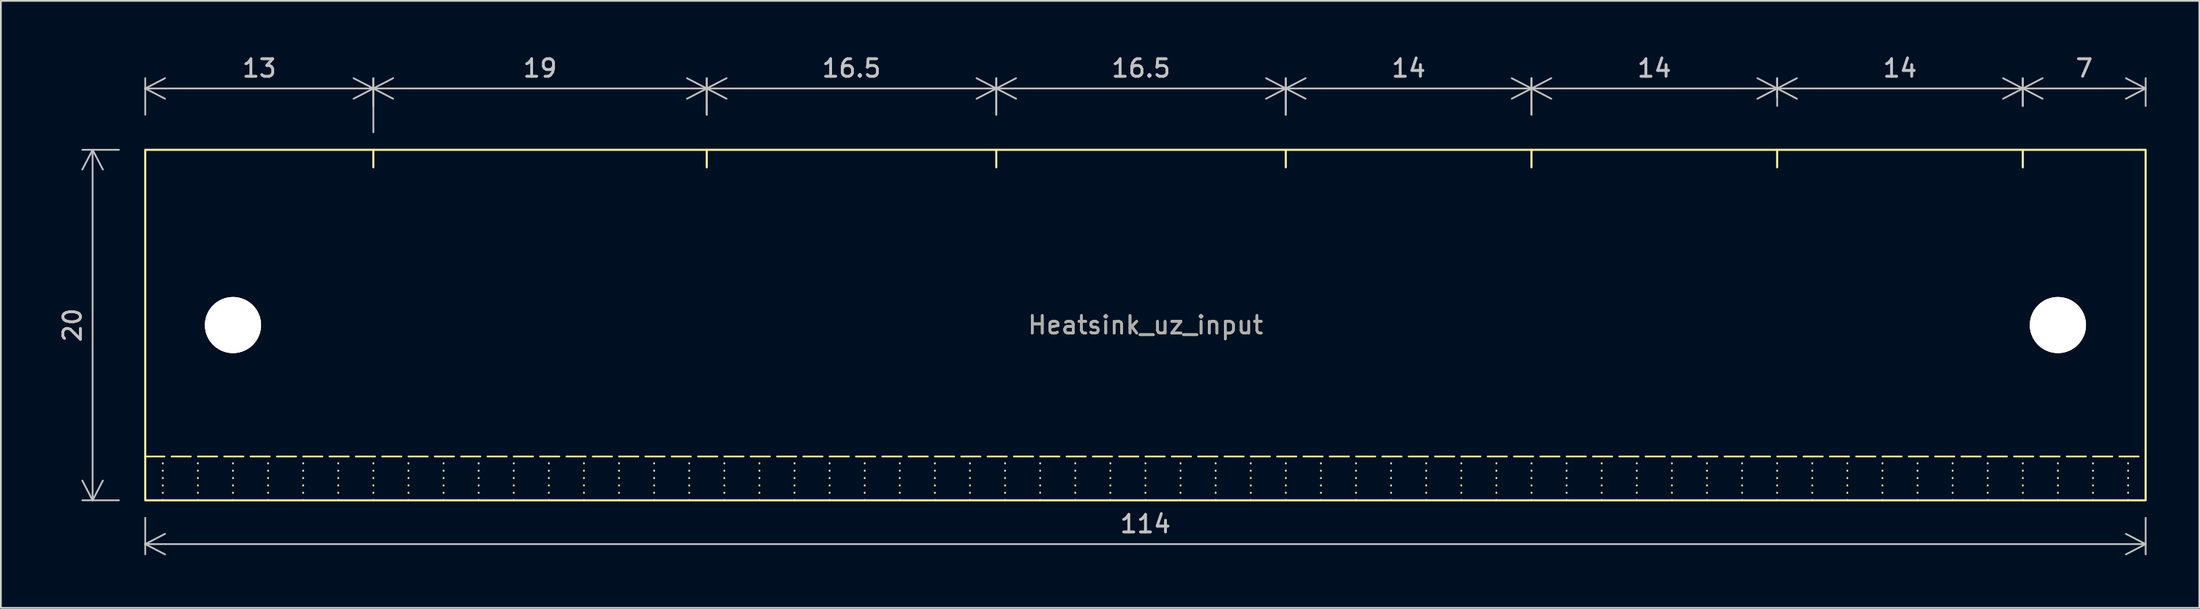
<source format=kicad_pcb>
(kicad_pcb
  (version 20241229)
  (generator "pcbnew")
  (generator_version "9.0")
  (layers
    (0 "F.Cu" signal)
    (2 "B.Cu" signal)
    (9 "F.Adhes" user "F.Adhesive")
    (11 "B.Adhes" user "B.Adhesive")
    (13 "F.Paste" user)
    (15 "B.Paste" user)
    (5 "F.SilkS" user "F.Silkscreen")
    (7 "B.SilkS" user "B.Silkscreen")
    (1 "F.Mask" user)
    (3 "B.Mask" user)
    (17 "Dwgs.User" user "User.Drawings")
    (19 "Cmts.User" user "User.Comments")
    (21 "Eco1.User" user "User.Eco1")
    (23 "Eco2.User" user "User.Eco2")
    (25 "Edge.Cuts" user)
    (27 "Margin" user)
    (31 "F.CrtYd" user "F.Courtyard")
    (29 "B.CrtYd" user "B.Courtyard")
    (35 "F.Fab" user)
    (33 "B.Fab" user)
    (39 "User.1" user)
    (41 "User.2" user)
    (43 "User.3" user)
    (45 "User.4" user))
  (footprint "Heatsink_uz_input"
    (layer "F.Cu")
    (at 62.227 15.498)
    (property "Reference" "Heatsink_uz_input" (at 0 0 0) (layer "F.SilkS") (effects (font (size 1 1) (thickness 0.15))))
    (attr through_hole)
    (fp_line (start -57 7.5) (end 57 7.5) (stroke (width 0.1) (type dash)) (layer "F.SilkS"))
    (fp_line (start -56 10) (end -56 7.5) (stroke (width 0.1) (type dot)) (layer "F.SilkS"))
    (fp_line (start -54 10) (end -54 7.5) (stroke (width 0.1) (type dot)) (layer "F.SilkS"))
    (fp_line (start -52 10) (end -52 7.5) (stroke (width 0.1) (type dot)) (layer "F.SilkS"))
    (fp_line (start -50 10) (end -50 7.5) (stroke (width 0.1) (type dot)) (layer "F.SilkS"))
    (fp_line (start -48 10) (end -48 7.5) (stroke (width 0.1) (type dot)) (layer "F.SilkS"))
    (fp_line (start -46 10) (end -46 7.5) (stroke (width 0.1) (type dot)) (layer "F.SilkS"))
    (fp_line (start -44 -10) (end -44 -9) (stroke (width 0.12) (type solid)) (layer "F.SilkS"))
    (fp_line (start -44 10) (end -44 7.5) (stroke (width 0.1) (type dot)) (layer "F.SilkS"))
    (fp_line (start -42 10) (end -42 7.5) (stroke (width 0.1) (type dot)) (layer "F.SilkS"))
    (fp_line (start -40 10) (end -40 7.5) (stroke (width 0.1) (type dot)) (layer "F.SilkS"))
    (fp_line (start -38 10) (end -38 7.5) (stroke (width 0.1) (type dot)) (layer "F.SilkS"))
    (fp_line (start -36 10) (end -36 7.5) (stroke (width 0.1) (type dot)) (layer "F.SilkS"))
    (fp_line (start -34 10) (end -34 7.5) (stroke (width 0.1) (type dot)) (layer "F.SilkS"))
    (fp_line (start -32 10) (end -32 7.5) (stroke (width 0.1) (type dot)) (layer "F.SilkS"))
    (fp_line (start -30 10) (end -30 7.5) (stroke (width 0.1) (type dot)) (layer "F.SilkS"))
    (fp_line (start -28 10) (end -28 7.5) (stroke (width 0.1) (type dot)) (layer "F.SilkS"))
    (fp_line (start -26 10) (end -26 7.5) (stroke (width 0.1) (type dot)) (layer "F.SilkS"))
    (fp_line (start -25 -10) (end -25 -9) (stroke (width 0.12) (type solid)) (layer "F.SilkS"))
    (fp_line (start -24 10) (end -24 7.5) (stroke (width 0.1) (type dot)) (layer "F.SilkS"))
    (fp_line (start -22 10) (end -22 7.5) (stroke (width 0.1) (type dot)) (layer "F.SilkS"))
    (fp_line (start -20 10) (end -20 7.5) (stroke (width 0.1) (type dot)) (layer "F.SilkS"))
    (fp_line (start -18 10) (end -18 7.5) (stroke (width 0.1) (type dot)) (layer "F.SilkS"))
    (fp_line (start -16 10) (end -16 7.5) (stroke (width 0.1) (type dot)) (layer "F.SilkS"))
    (fp_line (start -14 10) (end -14 7.5) (stroke (width 0.1) (type dot)) (layer "F.SilkS"))
    (fp_line (start -12 10) (end -12 7.5) (stroke (width 0.1) (type dot)) (layer "F.SilkS"))
    (fp_line (start -10 10) (end -10 7.5) (stroke (width 0.1) (type dot)) (layer "F.SilkS"))
    (fp_line (start -8.5 -10) (end -8.5 -9) (stroke (width 0.12) (type solid)) (layer "F.SilkS"))
    (fp_line (start -8 10) (end -8 7.5) (stroke (width 0.1) (type dot)) (layer "F.SilkS"))
    (fp_line (start -6 10) (end -6 7.5) (stroke (width 0.1) (type dot)) (layer "F.SilkS"))
    (fp_line (start -4 10) (end -4 7.5) (stroke (width 0.1) (type dot)) (layer "F.SilkS"))
    (fp_line (start -2 10) (end -2 7.5) (stroke (width 0.1) (type dot)) (layer "F.SilkS"))
    (fp_line (start 0 10) (end 0 7.5) (stroke (width 0.1) (type dot)) (layer "F.SilkS"))
    (fp_line (start 2 10) (end 2 7.5) (stroke (width 0.1) (type dot)) (layer "F.SilkS"))
    (fp_line (start 4 10) (end 4 7.5) (stroke (width 0.1) (type dot)) (layer "F.SilkS"))
    (fp_line (start 6 10) (end 6 7.5) (stroke (width 0.1) (type dot)) (layer "F.SilkS"))
    (fp_line (start 8 -10) (end 8 -9) (stroke (width 0.12) (type solid)) (layer "F.SilkS"))
    (fp_line (start 8 10) (end 8 7.5) (stroke (width 0.1) (type dot)) (layer "F.SilkS"))
    (fp_line (start 10 10) (end 10 7.5) (stroke (width 0.1) (type dot)) (layer "F.SilkS"))
    (fp_line (start 12 10) (end 12 7.5) (stroke (width 0.1) (type dot)) (layer "F.SilkS"))
    (fp_line (start 14 10) (end 14 7.5) (stroke (width 0.1) (type dot)) (layer "F.SilkS"))
    (fp_line (start 16 10) (end 16 7.5) (stroke (width 0.1) (type dot)) (layer "F.SilkS"))
    (fp_line (start 18 10) (end 18 7.5) (stroke (width 0.1) (type dot)) (layer "F.SilkS"))
    (fp_line (start 20 10) (end 20 7.5) (stroke (width 0.1) (type dot)) (layer "F.SilkS"))
    (fp_line (start 22 -10) (end 22 -9) (stroke (width 0.12) (type solid)) (layer "F.SilkS"))
    (fp_line (start 22 10) (end 22 7.5) (stroke (width 0.1) (type dot)) (layer "F.SilkS"))
    (fp_line (start 24 10) (end 24 7.5) (stroke (width 0.1) (type dot)) (layer "F.SilkS"))
    (fp_line (start 26 10) (end 26 7.5) (stroke (width 0.1) (type dot)) (layer "F.SilkS"))
    (fp_line (start 28 10) (end 28 7.5) (stroke (width 0.1) (type dot)) (layer "F.SilkS"))
    (fp_line (start 30 10) (end 30 7.5) (stroke (width 0.1) (type dot)) (layer "F.SilkS"))
    (fp_line (start 32 10) (end 32 7.5) (stroke (width 0.1) (type dot)) (layer "F.SilkS"))
    (fp_line (start 34 10) (end 34 7.5) (stroke (width 0.1) (type dot)) (layer "F.SilkS"))
    (fp_line (start 36 -10) (end 36 -9) (stroke (width 0.12) (type solid)) (layer "F.SilkS"))
    (fp_line (start 36 10) (end 36 7.5) (stroke (width 0.1) (type dot)) (layer "F.SilkS"))
    (fp_line (start 38 10) (end 38 7.5) (stroke (width 0.1) (type dot)) (layer "F.SilkS"))
    (fp_line (start 40 10) (end 40 7.5) (stroke (width 0.1) (type dot)) (layer "F.SilkS"))
    (fp_line (start 42 10) (end 42 7.5) (stroke (width 0.1) (type dot)) (layer "F.SilkS"))
    (fp_line (start 44 10) (end 44 7.5) (stroke (width 0.1) (type dot)) (layer "F.SilkS"))
    (fp_line (start 46 10) (end 46 7.5) (stroke (width 0.1) (type dot)) (layer "F.SilkS"))
    (fp_line (start 48 10) (end 48 7.5) (stroke (width 0.1) (type dot)) (layer "F.SilkS"))
    (fp_line (start 50 -10) (end 50 -9) (stroke (width 0.12) (type solid)) (layer "F.SilkS"))
    (fp_line (start 50 10) (end 50 7.5) (stroke (width 0.1) (type dot)) (layer "F.SilkS"))
    (fp_line (start 52 10) (end 52 7.5) (stroke (width 0.1) (type dot)) (layer "F.SilkS"))
    (fp_line (start 54 10) (end 54 7.5) (stroke (width 0.1) (type dot)) (layer "F.SilkS"))
    (fp_line (start 56 10) (end 56 7.5) (stroke (width 0.1) (type dot)) (layer "F.SilkS"))
    (fp_rect (start -57 -10) (end 57 10) (stroke (width 0.12) (type solid)) (fill no) (layer "F.SilkS"))
    (fp_text user "${REFERENCE}" (at 0 0 0) (layer "F.Fab") (effects (font (size 1 1) (thickness 0.15))))
    (dimension (type orthogonal) (layer "Dwgs.User") (pts (xy 18.227 3.498) (xy 37.227 3.998)) (height -1.5) (orientation 0) (format (prefix "") (suffix "") (units 3) (units_format 0) (precision 4) (suppress_zeroes yes)) (style (thickness 0.1) (arrow_length 1.27) (text_position_mode 0) (arrow_direction outward) (extension_height 0.586) (extension_offset 0.5) (keep_text_aligned yes)) (gr_text "19" (at 27.727 0.848 0) (layer "Dwgs.User") (effects (font (size 1 1) (thickness 0.15)))))
    (dimension (type orthogonal) (layer "Dwgs.User") (pts (xy 70.227 3.998) (xy 84.227 3.998)) (height -2) (orientation 0) (format (prefix "") (suffix "") (units 3) (units_format 0) (precision 4) (suppress_zeroes yes)) (style (thickness 0.1) (arrow_length 1.27) (text_position_mode 0) (arrow_direction outward) (extension_height 0.586) (extension_offset 0.5) (keep_text_aligned yes)) (gr_text "14" (at 77.227 0.848 0) (layer "Dwgs.User") (effects (font (size 1 1) (thickness 0.15)))))
    (dimension (type orthogonal) (layer "Dwgs.User") (pts (xy 37.227 3.998) (xy 53.727 3.998)) (height -2) (orientation 0) (format (prefix "") (suffix "") (units 3) (units_format 0) (precision 4) (suppress_zeroes yes)) (style (thickness 0.1) (arrow_length 1.27) (text_position_mode 0) (arrow_direction outward) (extension_height 0.586) (extension_offset 0.5) (keep_text_aligned yes)) (gr_text "16.5" (at 45.477 0.848 0) (layer "Dwgs.User") (effects (font (size 1 1) (thickness 0.15)))))
    (dimension (type orthogonal) (layer "Dwgs.User") (pts (xy 112.227 3.498) (xy 119.227 3.498)) (height -1.5) (orientation 0) (format (prefix "") (suffix "") (units 3) (units_format 0) (precision 4) (suppress_zeroes yes)) (style (thickness 0.1) (arrow_length 1.27) (text_position_mode 0) (arrow_direction outward) (extension_height 0.586) (extension_offset 0.5) (keep_text_aligned yes)) (gr_text "7" (at 115.727 0.848 0) (layer "Dwgs.User") (effects (font (size 1 1) (thickness 0.15)))))
    (dimension (type orthogonal) (layer "Dwgs.User") (pts (xy 4.227 5.498) (xy 4.227 25.498)) (height -2) (orientation 1) (format (prefix "") (suffix "") (units 3) (units_format 0) (precision 4) (suppress_zeroes yes)) (style (thickness 0.1) (arrow_length 1.27) (text_position_mode 0) (arrow_direction outward) (extension_height 0.586) (extension_offset 0.5) (keep_text_aligned yes)) (gr_text "20" (at 1.077 15.498 90) (layer "Dwgs.User") (effects (font (size 1 1) (thickness 0.15)))))
    (dimension (type orthogonal) (layer "Dwgs.User") (pts (xy 119.227 25.998) (xy 5.227 25.998)) (height 2) (orientation 0) (format (prefix "") (suffix "") (units 3) (units_format 0) (precision 4) (suppress_zeroes yes)) (style (thickness 0.1) (arrow_length 1.27) (text_position_mode 0) (arrow_direction outward) (extension_height 0.586) (extension_offset 0.5) (keep_text_aligned yes)) (gr_text "114" (at 62.227 26.848 0) (layer "Dwgs.User") (effects (font (size 1 1) (thickness 0.15)))))
    (dimension (type orthogonal) (layer "Dwgs.User") (pts (xy 84.227 3.998) (xy 98.227 2.998)) (height -2) (orientation 0) (format (prefix "") (suffix "") (units 3) (units_format 0) (precision 4) (suppress_zeroes yes)) (style (thickness 0.1) (arrow_length 1.27) (text_position_mode 0) (arrow_direction outward) (extension_height 0.586) (extension_offset 0.5) (keep_text_aligned yes)) (gr_text "14" (at 91.227 0.848 0) (layer "Dwgs.User") (effects (font (size 1 1) (thickness 0.15)))))
    (dimension (type orthogonal) (layer "Dwgs.User") (pts (xy 98.227 3.498) (xy 112.227 3.498)) (height -1.5) (orientation 0) (format (prefix "") (suffix "") (units 3) (units_format 0) (precision 4) (suppress_zeroes yes)) (style (thickness 0.1) (arrow_length 1.27) (text_position_mode 0) (arrow_direction outward) (extension_height 0.586) (extension_offset 0.5) (keep_text_aligned yes)) (gr_text "14" (at 105.227 0.848 0) (layer "Dwgs.User") (effects (font (size 1 1) (thickness 0.15)))))
    (dimension (type orthogonal) (layer "Dwgs.User") (pts (xy 53.727 3.998) (xy 70.227 3.998)) (height -2) (orientation 0) (format (prefix "") (suffix "") (units 3) (units_format 0) (precision 4) (suppress_zeroes yes)) (style (thickness 0.1) (arrow_length 1.27) (text_position_mode 0) (arrow_direction outward) (extension_height 0.586) (extension_offset 0.5) (keep_text_aligned yes)) (gr_text "16.5" (at 61.977 0.848 0) (layer "Dwgs.User") (effects (font (size 1 1) (thickness 0.15)))))
    (dimension (type orthogonal) (layer "Dwgs.User") (pts (xy 5.227 3.998) (xy 18.227 4.998)) (height -2) (orientation 0) (format (prefix "") (suffix "") (units 3) (units_format 0) (precision 4) (suppress_zeroes yes)) (style (thickness 0.1) (arrow_length 1.27) (text_position_mode 0) (arrow_direction outward) (extension_height 0.586) (extension_offset 0.5) (keep_text_aligned yes)) (gr_text "13" (at 11.727 0.848 0) (layer "Dwgs.User") (effects (font (size 1 1) (thickness 0.15)))))
    (pad "" np_thru_hole circle (at -52 0) (size 3.2 3.2) (drill 3.2) (layers "*.Cu" "*.SilkS" "*.Mask"))
    (pad "" np_thru_hole circle (at 52 0) (size 3.2 3.2) (drill 3.2) (layers "*.Cu" "*.SilkS" "*.Mask")))
  (gr_rect
    (start -3 -3)
    (end 122.287 31.635)
    (stroke (width 0.1) (type default))
    (fill no)
    (layer "Edge.Cuts")))
</source>
